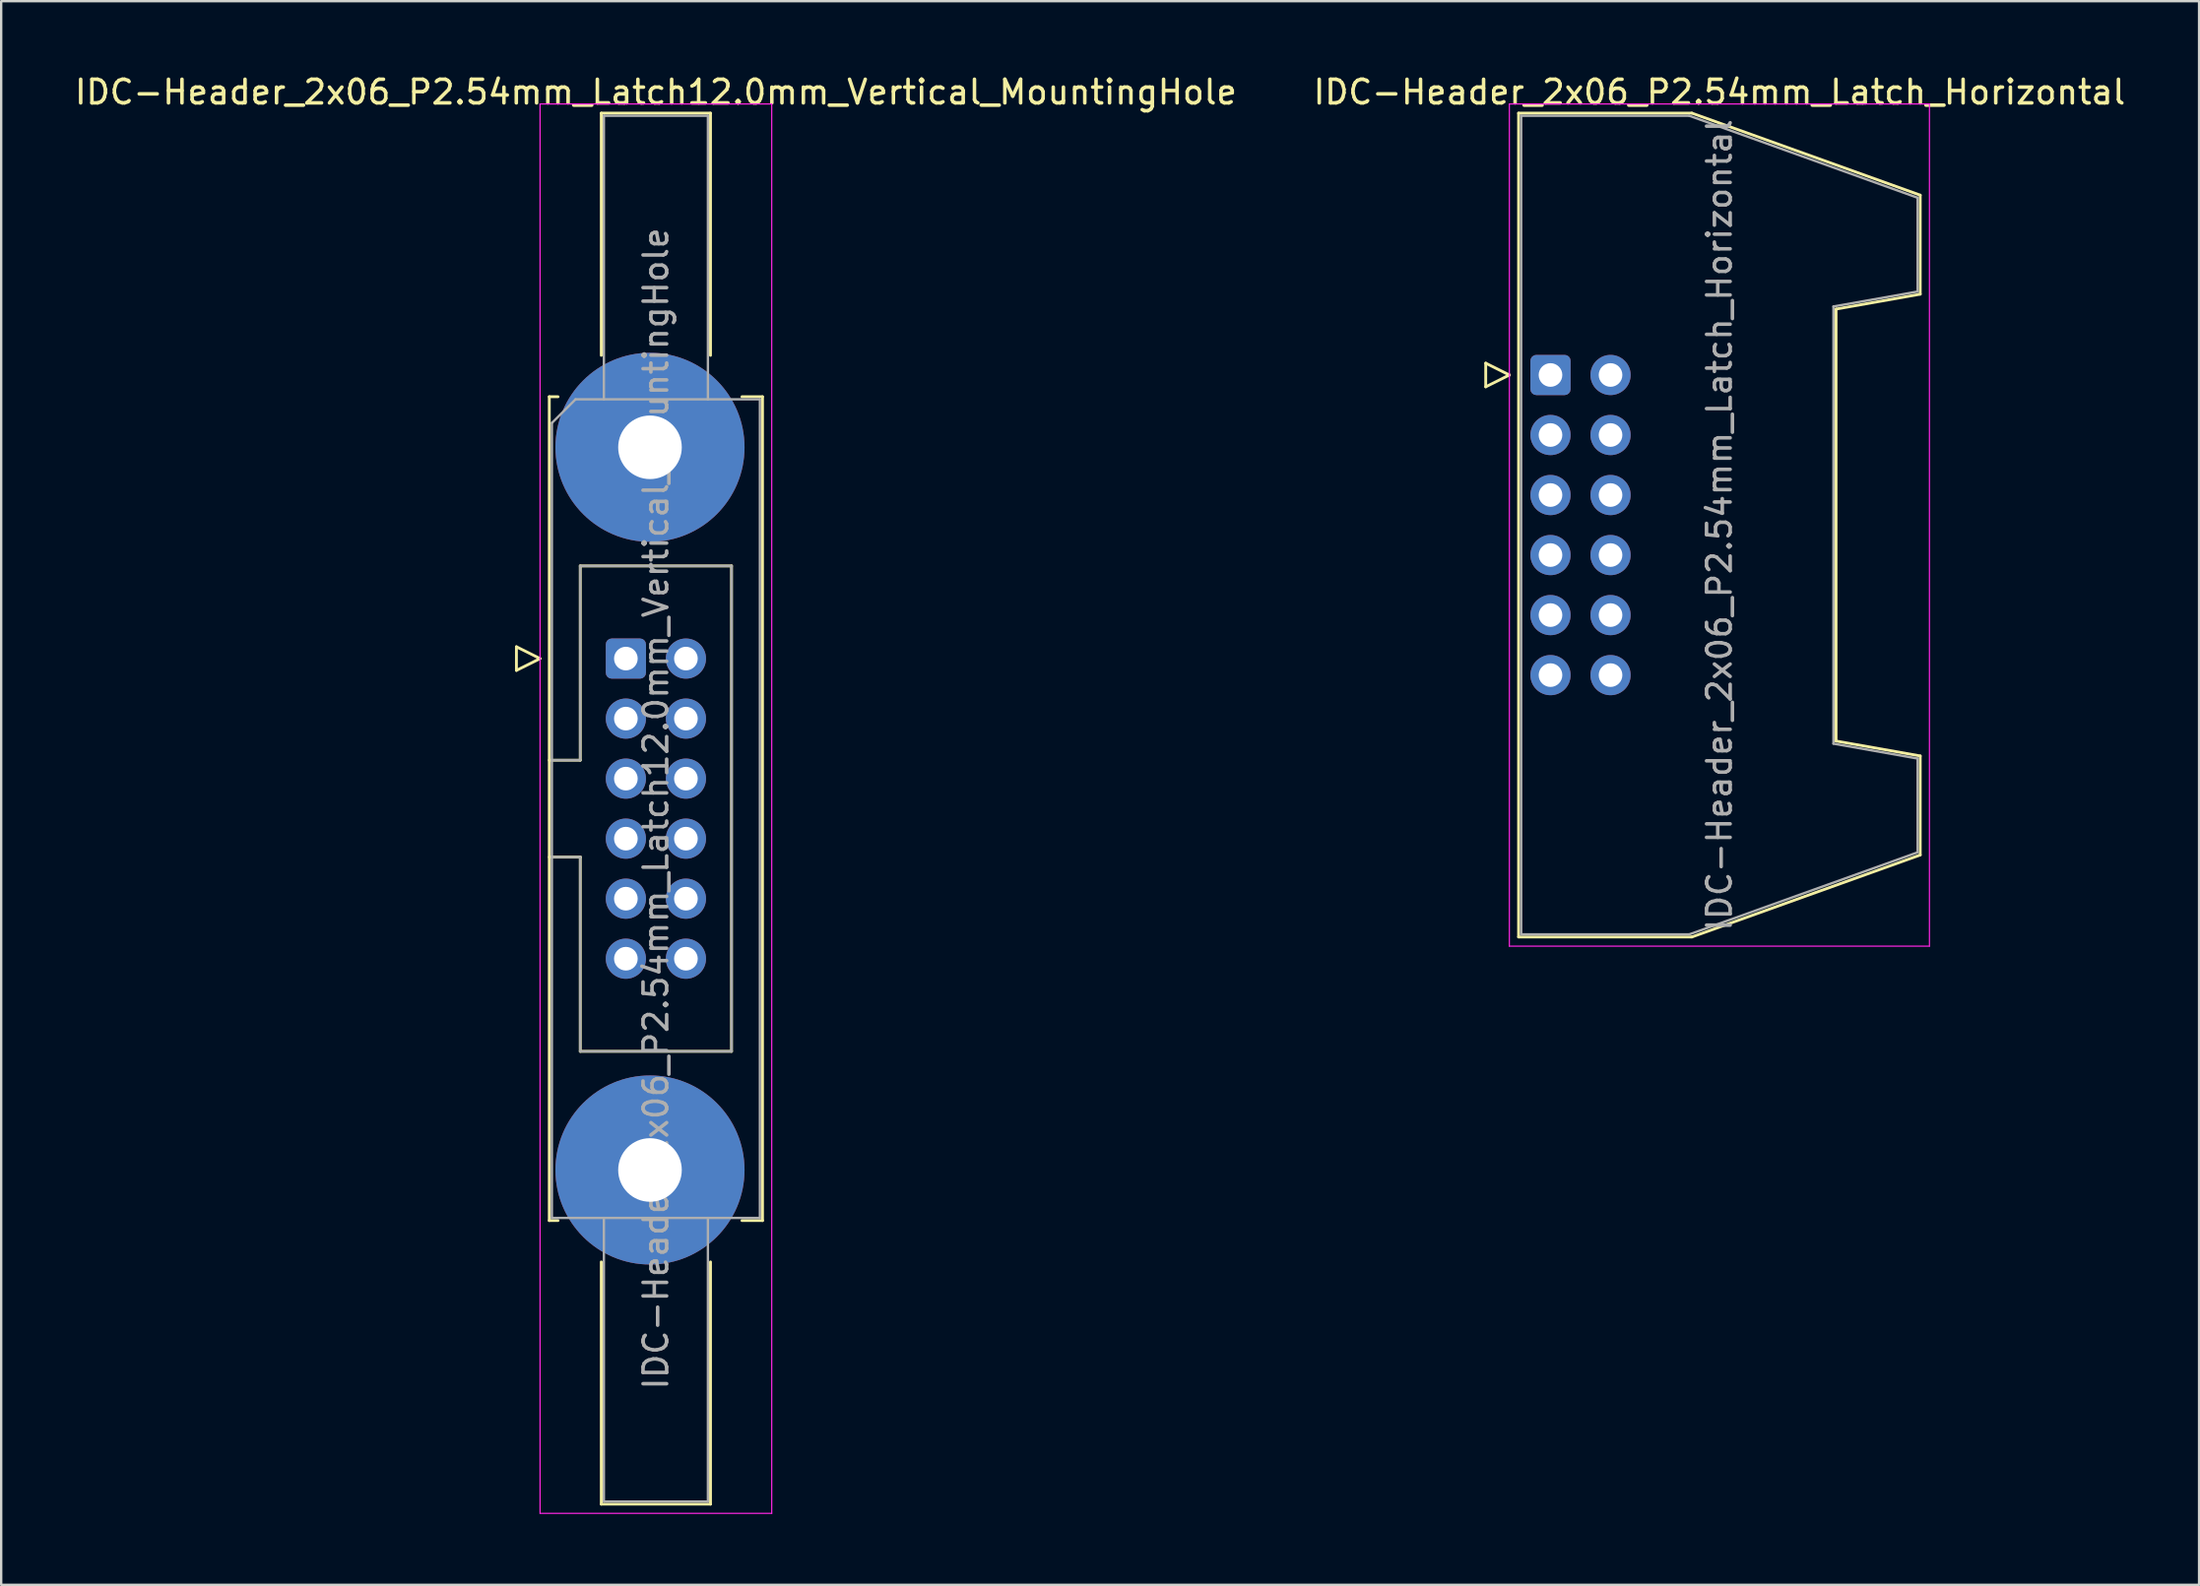
<source format=kicad_pcb>
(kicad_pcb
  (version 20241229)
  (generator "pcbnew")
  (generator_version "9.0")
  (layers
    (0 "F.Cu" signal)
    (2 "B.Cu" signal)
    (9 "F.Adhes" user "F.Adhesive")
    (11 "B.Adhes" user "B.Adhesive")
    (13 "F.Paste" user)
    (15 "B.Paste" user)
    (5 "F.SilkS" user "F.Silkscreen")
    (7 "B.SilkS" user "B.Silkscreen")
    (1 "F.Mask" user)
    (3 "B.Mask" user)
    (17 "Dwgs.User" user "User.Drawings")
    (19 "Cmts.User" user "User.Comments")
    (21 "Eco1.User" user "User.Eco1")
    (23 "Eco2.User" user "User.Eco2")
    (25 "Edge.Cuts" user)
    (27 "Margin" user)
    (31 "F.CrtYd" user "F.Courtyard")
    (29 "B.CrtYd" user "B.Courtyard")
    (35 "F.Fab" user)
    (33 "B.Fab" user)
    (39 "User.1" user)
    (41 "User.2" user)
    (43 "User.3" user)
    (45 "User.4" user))
  (footprint "IDC-Header_2x06_P2.54mm_Latch12.0mm_Vertical_MountingHole"
    (layer "F.Cu")
    (at 23.426 24.818)
    (property "Reference" "IDC-Header_2x06_P2.54mm_Latch12.0mm_Vertical_MountingHole" (at 1.27 -23.97 0) (layer "F.SilkS") (effects (font (size 1 1) (thickness 0.15))))
    (attr through_hole)
    (fp_line (start -4.63 -0.5) (end -4.63 0.5) (stroke (width 0.12) (type solid)) (layer "F.SilkS"))
    (fp_line (start -4.63 0.5) (end -3.63 0) (stroke (width 0.12) (type solid)) (layer "F.SilkS"))
    (fp_line (start -3.63 0) (end -4.63 -0.5) (stroke (width 0.12) (type solid)) (layer "F.SilkS"))
    (fp_line (start -3.24 -11.08) (end -3.24 23.78) (stroke (width 0.12) (type solid)) (layer "F.SilkS"))
    (fp_line (start -3.24 4.3) (end -1.93 4.3) (stroke (width 0.12) (type solid)) (layer "F.SilkS"))
    (fp_line (start -3.24 23.78) (end -2.87 23.78) (stroke (width 0.12) (type solid)) (layer "F.SilkS"))
    (fp_line (start -2.87 -11.08) (end -3.24 -11.08) (stroke (width 0.12) (type solid)) (layer "F.SilkS"))
    (fp_line (start -1.93 -3.92) (end 4.47 -3.92) (stroke (width 0.12) (type solid)) (layer "F.SilkS"))
    (fp_line (start -1.93 4.3) (end -1.93 -3.92) (stroke (width 0.12) (type solid)) (layer "F.SilkS"))
    (fp_line (start -1.93 8.4) (end -3.24 8.4) (stroke (width 0.12) (type solid)) (layer "F.SilkS"))
    (fp_line (start -1.93 8.4) (end -1.93 8.4) (stroke (width 0.12) (type solid)) (layer "F.SilkS"))
    (fp_line (start -1.93 16.62) (end -1.93 8.4) (stroke (width 0.12) (type solid)) (layer "F.SilkS"))
    (fp_line (start -1.04 -23.08) (end 3.58 -23.08) (stroke (width 0.12) (type solid)) (layer "F.SilkS"))
    (fp_line (start -1.04 -12.83) (end -1.04 -23.08) (stroke (width 0.12) (type solid)) (layer "F.SilkS"))
    (fp_line (start -1.04 25.53) (end -1.04 35.78) (stroke (width 0.12) (type solid)) (layer "F.SilkS"))
    (fp_line (start -1.04 35.78) (end 3.58 35.78) (stroke (width 0.12) (type solid)) (layer "F.SilkS"))
    (fp_line (start 3.58 -23.08) (end 3.58 -12.83) (stroke (width 0.12) (type solid)) (layer "F.SilkS"))
    (fp_line (start 3.58 35.78) (end 3.58 25.53) (stroke (width 0.12) (type solid)) (layer "F.SilkS"))
    (fp_line (start 4.47 -3.92) (end 4.47 16.62) (stroke (width 0.12) (type solid)) (layer "F.SilkS"))
    (fp_line (start 4.47 16.62) (end -1.93 16.62) (stroke (width 0.12) (type solid)) (layer "F.SilkS"))
    (fp_line (start 4.91 -11.08) (end 5.78 -11.08) (stroke (width 0.12) (type solid)) (layer "F.SilkS"))
    (fp_line (start 5.78 -11.08) (end 5.78 23.78) (stroke (width 0.12) (type solid)) (layer "F.SilkS"))
    (fp_line (start 5.78 23.78) (end 4.91 23.78) (stroke (width 0.12) (type solid)) (layer "F.SilkS"))
    (fp_line (start -3.63 -23.47) (end -3.63 36.17) (stroke (width 0.05) (type solid)) (layer "F.CrtYd"))
    (fp_line (start -3.63 36.17) (end 6.17 36.17) (stroke (width 0.05) (type solid)) (layer "F.CrtYd"))
    (fp_line (start 6.17 -23.47) (end -3.63 -23.47) (stroke (width 0.05) (type solid)) (layer "F.CrtYd"))
    (fp_line (start 6.17 36.17) (end 6.17 -23.47) (stroke (width 0.05) (type solid)) (layer "F.CrtYd"))
    (fp_line (start -3.13 -9.97) (end -2.13 -10.97) (stroke (width 0.1) (type solid)) (layer "F.Fab"))
    (fp_line (start -3.13 4.3) (end -1.93 4.3) (stroke (width 0.1) (type solid)) (layer "F.Fab"))
    (fp_line (start -3.13 23.67) (end -3.13 -9.97) (stroke (width 0.1) (type solid)) (layer "F.Fab"))
    (fp_line (start -2.13 -10.97) (end 5.67 -10.97) (stroke (width 0.1) (type solid)) (layer "F.Fab"))
    (fp_line (start -1.93 -3.92) (end 4.47 -3.92) (stroke (width 0.1) (type solid)) (layer "F.Fab"))
    (fp_line (start -1.93 4.3) (end -1.93 -3.92) (stroke (width 0.1) (type solid)) (layer "F.Fab"))
    (fp_line (start -1.93 8.4) (end -3.13 8.4) (stroke (width 0.1) (type solid)) (layer "F.Fab"))
    (fp_line (start -1.93 8.4) (end -1.93 8.4) (stroke (width 0.1) (type solid)) (layer "F.Fab"))
    (fp_line (start -1.93 16.62) (end -1.93 8.4) (stroke (width 0.1) (type solid)) (layer "F.Fab"))
    (fp_line (start -0.93 -22.97) (end 3.47 -22.97) (stroke (width 0.1) (type solid)) (layer "F.Fab"))
    (fp_line (start -0.93 -10.97) (end -0.93 -22.97) (stroke (width 0.1) (type solid)) (layer "F.Fab"))
    (fp_line (start -0.93 23.67) (end -0.93 35.67) (stroke (width 0.1) (type solid)) (layer "F.Fab"))
    (fp_line (start -0.93 35.67) (end 3.47 35.67) (stroke (width 0.1) (type solid)) (layer "F.Fab"))
    (fp_line (start 3.47 -22.97) (end 3.47 -10.97) (stroke (width 0.1) (type solid)) (layer "F.Fab"))
    (fp_line (start 3.47 35.67) (end 3.47 23.67) (stroke (width 0.1) (type solid)) (layer "F.Fab"))
    (fp_line (start 4.47 -3.92) (end 4.47 16.62) (stroke (width 0.1) (type solid)) (layer "F.Fab"))
    (fp_line (start 4.47 16.62) (end -1.93 16.62) (stroke (width 0.1) (type solid)) (layer "F.Fab"))
    (fp_line (start 5.67 -10.97) (end 5.67 23.67) (stroke (width 0.1) (type solid)) (layer "F.Fab"))
    (fp_line (start 5.67 23.67) (end -3.13 23.67) (stroke (width 0.1) (type solid)) (layer "F.Fab"))
    (fp_text user "${REFERENCE}" (at 1.27 6.35 90) (layer "F.Fab") (effects (font (size 1 1) (thickness 0.15))))
    (pad "" thru_hole circle (at 1.02 -8.94) (size 8 8) (drill 2.69) (layers "*.Cu" "*.Mask"))
    (pad "" thru_hole circle (at 1.02 21.64) (size 8 8) (drill 2.69) (layers "*.Cu" "*.Mask"))
    (pad "1" thru_hole roundrect (at 0 0) (size 1.7 1.7) (drill 1) (layers "*.Cu" "*.Mask") (roundrect_rratio 0.147))
    (pad "2" thru_hole circle (at 2.54 0) (size 1.7 1.7) (drill 1) (layers "*.Cu" "*.Mask"))
    (pad "3" thru_hole circle (at 0 2.54) (size 1.7 1.7) (drill 1) (layers "*.Cu" "*.Mask"))
    (pad "4" thru_hole circle (at 2.54 2.54) (size 1.7 1.7) (drill 1) (layers "*.Cu" "*.Mask"))
    (pad "5" thru_hole circle (at 0 5.08) (size 1.7 1.7) (drill 1) (layers "*.Cu" "*.Mask"))
    (pad "6" thru_hole circle (at 2.54 5.08) (size 1.7 1.7) (drill 1) (layers "*.Cu" "*.Mask"))
    (pad "7" thru_hole circle (at 0 7.62) (size 1.7 1.7) (drill 1) (layers "*.Cu" "*.Mask"))
    (pad "8" thru_hole circle (at 2.54 7.62) (size 1.7 1.7) (drill 1) (layers "*.Cu" "*.Mask"))
    (pad "9" thru_hole circle (at 0 10.16) (size 1.7 1.7) (drill 1) (layers "*.Cu" "*.Mask"))
    (pad "10" thru_hole circle (at 2.54 10.16) (size 1.7 1.7) (drill 1) (layers "*.Cu" "*.Mask"))
    (pad "11" thru_hole circle (at 0 12.7) (size 1.7 1.7) (drill 1) (layers "*.Cu" "*.Mask"))
    (pad "12" thru_hole circle (at 2.54 12.7) (size 1.7 1.7) (drill 1) (layers "*.Cu" "*.Mask")))
  (footprint "IDC-Header_2x06_P2.54mm_Latch_Horizontal"
    (layer "F.Cu")
    (at 62.54 12.818)
    (property "Reference" "IDC-Header_2x06_P2.54mm_Latch_Horizontal" (at 7.145 -11.97 0) (layer "F.SilkS") (effects (font (size 1 1) (thickness 0.15))))
    (attr through_hole)
    (fp_line (start -2.74 -0.5) (end -2.74 0.5) (stroke (width 0.12) (type solid)) (layer "F.SilkS"))
    (fp_line (start -2.74 0.5) (end -1.74 0) (stroke (width 0.12) (type solid)) (layer "F.SilkS"))
    (fp_line (start -1.74 0) (end -2.74 -0.5) (stroke (width 0.12) (type solid)) (layer "F.SilkS"))
    (fp_line (start -1.35 -11.08) (end 5.98 -11.08) (stroke (width 0.12) (type solid)) (layer "F.SilkS"))
    (fp_line (start -1.35 23.78) (end -1.35 -11.08) (stroke (width 0.12) (type solid)) (layer "F.SilkS"))
    (fp_line (start 5.98 -11.08) (end 15.64 -7.61) (stroke (width 0.12) (type solid)) (layer "F.SilkS"))
    (fp_line (start 5.98 23.78) (end -1.35 23.78) (stroke (width 0.12) (type solid)) (layer "F.SilkS"))
    (fp_line (start 12.08 -2.79) (end 12.08 15.49) (stroke (width 0.12) (type solid)) (layer "F.SilkS"))
    (fp_line (start 12.08 15.49) (end 15.64 16.12) (stroke (width 0.12) (type solid)) (layer "F.SilkS"))
    (fp_line (start 15.64 -7.61) (end 15.64 -3.42) (stroke (width 0.12) (type solid)) (layer "F.SilkS"))
    (fp_line (start 15.64 -3.42) (end 12.08 -2.79) (stroke (width 0.12) (type solid)) (layer "F.SilkS"))
    (fp_line (start 15.64 16.12) (end 15.64 20.31) (stroke (width 0.12) (type solid)) (layer "F.SilkS"))
    (fp_line (start 15.64 20.31) (end 5.98 23.78) (stroke (width 0.12) (type solid)) (layer "F.SilkS"))
    (fp_line (start -1.74 -11.47) (end -1.74 24.17) (stroke (width 0.05) (type solid)) (layer "F.CrtYd"))
    (fp_line (start -1.74 24.17) (end 16.03 24.17) (stroke (width 0.05) (type solid)) (layer "F.CrtYd"))
    (fp_line (start 16.03 -11.47) (end -1.74 -11.47) (stroke (width 0.05) (type solid)) (layer "F.CrtYd"))
    (fp_line (start 16.03 24.17) (end 16.03 -11.47) (stroke (width 0.05) (type solid)) (layer "F.CrtYd"))
    (fp_line (start -1.24 -10.97) (end 5.87 -10.97) (stroke (width 0.1) (type solid)) (layer "F.Fab"))
    (fp_line (start -1.24 23.67) (end -1.24 -10.97) (stroke (width 0.1) (type solid)) (layer "F.Fab"))
    (fp_line (start 5.87 -10.97) (end 15.53 -7.5) (stroke (width 0.1) (type solid)) (layer "F.Fab"))
    (fp_line (start 5.87 23.67) (end -1.24 23.67) (stroke (width 0.1) (type solid)) (layer "F.Fab"))
    (fp_line (start 11.97 -2.9) (end 11.97 15.6) (stroke (width 0.1) (type solid)) (layer "F.Fab"))
    (fp_line (start 11.97 15.6) (end 15.53 16.23) (stroke (width 0.1) (type solid)) (layer "F.Fab"))
    (fp_line (start 15.53 -7.5) (end 15.53 -3.53) (stroke (width 0.1) (type solid)) (layer "F.Fab"))
    (fp_line (start 15.53 -3.53) (end 11.97 -2.9) (stroke (width 0.1) (type solid)) (layer "F.Fab"))
    (fp_line (start 15.53 16.23) (end 15.53 20.2) (stroke (width 0.1) (type solid)) (layer "F.Fab"))
    (fp_line (start 15.53 20.2) (end 5.87 23.67) (stroke (width 0.1) (type solid)) (layer "F.Fab"))
    (fp_text user "${REFERENCE}" (at 7.145 6.35 90) (layer "F.Fab") (effects (font (size 1 1) (thickness 0.15))))
    (pad "1" thru_hole roundrect (at 0 0) (size 1.7 1.7) (drill 1) (layers "*.Cu" "*.Mask") (roundrect_rratio 0.147))
    (pad "2" thru_hole circle (at 2.54 0) (size 1.7 1.7) (drill 1) (layers "*.Cu" "*.Mask"))
    (pad "3" thru_hole circle (at 0 2.54) (size 1.7 1.7) (drill 1) (layers "*.Cu" "*.Mask"))
    (pad "4" thru_hole circle (at 2.54 2.54) (size 1.7 1.7) (drill 1) (layers "*.Cu" "*.Mask"))
    (pad "5" thru_hole circle (at 0 5.08) (size 1.7 1.7) (drill 1) (layers "*.Cu" "*.Mask"))
    (pad "6" thru_hole circle (at 2.54 5.08) (size 1.7 1.7) (drill 1) (layers "*.Cu" "*.Mask"))
    (pad "7" thru_hole circle (at 0 7.62) (size 1.7 1.7) (drill 1) (layers "*.Cu" "*.Mask"))
    (pad "8" thru_hole circle (at 2.54 7.62) (size 1.7 1.7) (drill 1) (layers "*.Cu" "*.Mask"))
    (pad "9" thru_hole circle (at 0 10.16) (size 1.7 1.7) (drill 1) (layers "*.Cu" "*.Mask"))
    (pad "10" thru_hole circle (at 2.54 10.16) (size 1.7 1.7) (drill 1) (layers "*.Cu" "*.Mask"))
    (pad "11" thru_hole circle (at 0 12.7) (size 1.7 1.7) (drill 1) (layers "*.Cu" "*.Mask"))
    (pad "12" thru_hole circle (at 2.54 12.7) (size 1.7 1.7) (drill 1) (layers "*.Cu" "*.Mask")))
  (gr_rect
    (start -3 -3)
    (end 89.976 64.013)
    (stroke (width 0.1) (type default))
    (fill no)
    (layer "Edge.Cuts")))
</source>
